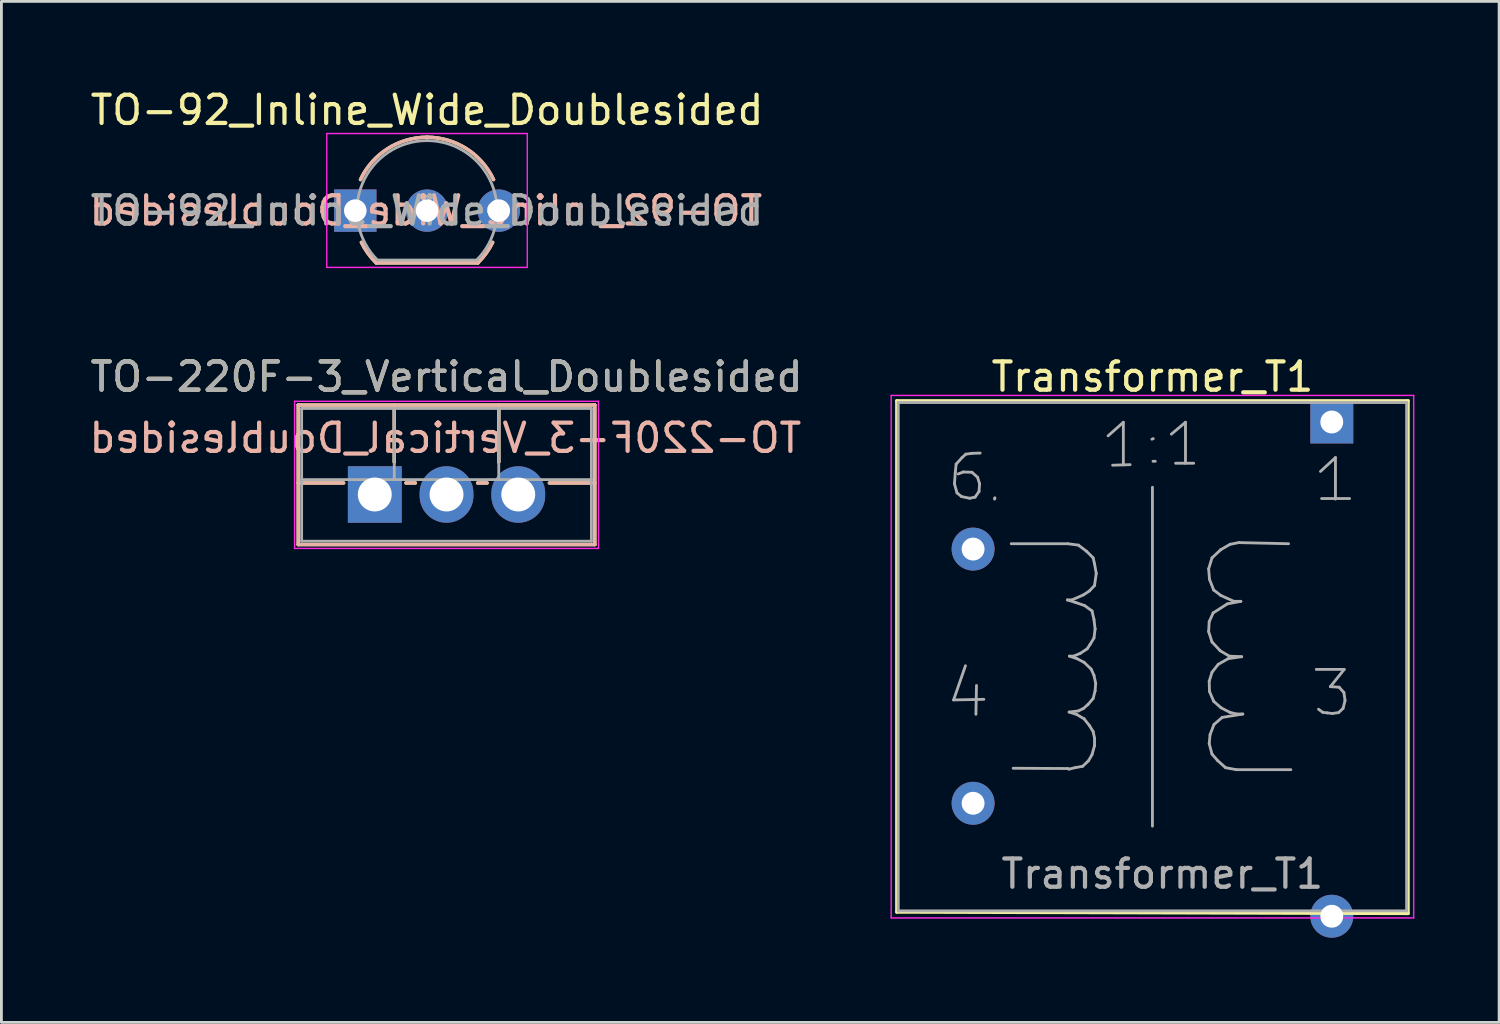
<source format=kicad_pcb>
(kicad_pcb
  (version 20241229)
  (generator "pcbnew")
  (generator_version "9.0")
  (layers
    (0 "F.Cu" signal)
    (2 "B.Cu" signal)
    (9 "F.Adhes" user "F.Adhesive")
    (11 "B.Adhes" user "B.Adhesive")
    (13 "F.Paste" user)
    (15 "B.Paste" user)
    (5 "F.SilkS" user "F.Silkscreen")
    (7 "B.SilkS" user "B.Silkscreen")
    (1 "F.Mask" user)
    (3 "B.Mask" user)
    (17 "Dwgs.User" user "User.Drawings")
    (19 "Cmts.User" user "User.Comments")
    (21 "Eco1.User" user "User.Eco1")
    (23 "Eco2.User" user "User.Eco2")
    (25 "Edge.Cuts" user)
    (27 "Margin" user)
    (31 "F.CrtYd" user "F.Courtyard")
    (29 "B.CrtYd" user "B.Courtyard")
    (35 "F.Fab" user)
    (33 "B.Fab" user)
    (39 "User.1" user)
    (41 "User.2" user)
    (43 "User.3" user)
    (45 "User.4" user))
  (footprint "Transformer_T1"
    (layer "F.Cu")
    (at 44.105 16.392)
    (property "Reference" "Transformer_T1" (at -6.35 -6.1 0) (layer "F.SilkS") (effects (font (size 1 1) (thickness 0.15))))
    (attr through_hole)
    (fp_line (start -15.4 -5.25) (end 2.7 -5.25) (stroke (width 0.12) (type solid)) (layer "F.SilkS"))
    (fp_line (start -15.4 12.85) (end -15.4 -5.25) (stroke (width 0.12) (type solid)) (layer "F.SilkS"))
    (fp_line (start 2.7 -5.25) (end 2.7 12.9) (stroke (width 0.12) (type solid)) (layer "F.SilkS"))
    (fp_line (start 2.7 12.9) (end -15.4 12.85) (stroke (width 0.12) (type solid)) (layer "F.SilkS"))
    (fp_line (start -15.6 -5.44) (end -15.6 13.06) (stroke (width 0.05) (type solid)) (layer "F.CrtYd"))
    (fp_line (start -15.6 -5.44) (end 2.9 -5.44) (stroke (width 0.05) (type solid)) (layer "F.CrtYd"))
    (fp_line (start 2.9 13.06) (end -15.6 13.06) (stroke (width 0.05) (type solid)) (layer "F.CrtYd"))
    (fp_line (start 2.9 13.06) (end 2.9 -5.44) (stroke (width 0.05) (type solid)) (layer "F.CrtYd"))
    (fp_line (start -15.35 -5.19) (end -15.35 12.81) (stroke (width 0.1) (type solid)) (layer "F.Fab"))
    (fp_line (start -15.35 12.81) (end 2.65 12.81) (stroke (width 0.1) (type solid)) (layer "F.Fab"))
    (fp_line (start -13.39 5.34) (end -12.32 5.32) (stroke (width 0.1) (type solid)) (layer "F.Fab"))
    (fp_line (start -13.36 -2.31) (end -13.27 -1.99) (stroke (width 0.1) (type solid)) (layer "F.Fab"))
    (fp_line (start -13.33 -2.72) (end -13.36 -2.31) (stroke (width 0.1) (type solid)) (layer "F.Fab"))
    (fp_line (start -13.3 -3.01) (end -13.33 -2.72) (stroke (width 0.1) (type solid)) (layer "F.Fab"))
    (fp_line (start -13.27 -1.99) (end -13.11 -1.86) (stroke (width 0.1) (type solid)) (layer "F.Fab"))
    (fp_line (start -13.11 -1.86) (end -12.82 -1.8) (stroke (width 0.1) (type solid)) (layer "F.Fab"))
    (fp_line (start -13.09 -3.24) (end -13.3 -3.01) (stroke (width 0.1) (type solid)) (layer "F.Fab"))
    (fp_line (start -13.05 -2.73) (end -13.23 -2.66) (stroke (width 0.1) (type solid)) (layer "F.Fab"))
    (fp_line (start -12.97 4.13) (end -13.39 5.34) (stroke (width 0.1) (type solid)) (layer "F.Fab"))
    (fp_line (start -12.96 -3.36) (end -13.09 -3.24) (stroke (width 0.1) (type solid)) (layer "F.Fab"))
    (fp_line (start -12.82 -1.8) (end -12.63 -1.84) (stroke (width 0.1) (type solid)) (layer "F.Fab"))
    (fp_line (start -12.75 -3.39) (end -12.96 -3.36) (stroke (width 0.1) (type solid)) (layer "F.Fab"))
    (fp_line (start -12.74 -2.72) (end -13.05 -2.73) (stroke (width 0.1) (type solid)) (layer "F.Fab"))
    (fp_line (start -12.63 -1.84) (end -12.49 -2.04) (stroke (width 0.1) (type solid)) (layer "F.Fab"))
    (fp_line (start -12.58 4.83) (end -12.6 5.85) (stroke (width 0.1) (type solid)) (layer "F.Fab"))
    (fp_line (start -12.54 -2.54) (end -12.74 -2.72) (stroke (width 0.1) (type solid)) (layer "F.Fab"))
    (fp_line (start -12.49 -2.04) (end -12.47 -2.31) (stroke (width 0.1) (type solid)) (layer "F.Fab"))
    (fp_line (start -12.47 -2.31) (end -12.54 -2.54) (stroke (width 0.1) (type solid)) (layer "F.Fab"))
    (fp_line (start -12.45 -3.4) (end -12.75 -3.39) (stroke (width 0.1) (type solid)) (layer "F.Fab"))
    (fp_line (start -11.94 -1.77) (end -11.93 -1.81) (stroke (width 0.1) (type solid)) (layer "F.Fab"))
    (fp_line (start -11.93 -1.81) (end -11.93 -1.8) (stroke (width 0.1) (type solid)) (layer "F.Fab"))
    (fp_line (start -11.35 -0.19) (end -9.35 -0.19) (stroke (width 0.1) (type solid)) (layer "F.Fab"))
    (fp_line (start -9.36 1.8) (end -9.07 1.89) (stroke (width 0.1) (type solid)) (layer "F.Fab"))
    (fp_line (start -9.36 7.77) (end -11.28 7.76) (stroke (width 0.1) (type solid)) (layer "F.Fab"))
    (fp_line (start -9.35 -0.19) (end -8.97 -0.14) (stroke (width 0.1) (type solid)) (layer "F.Fab"))
    (fp_line (start -9.3 5.77) (end -9.04 5.85) (stroke (width 0.1) (type solid)) (layer "F.Fab"))
    (fp_line (start -9.3 7.79) (end -9.36 7.77) (stroke (width 0.1) (type solid)) (layer "F.Fab"))
    (fp_line (start -9.29 3.79) (end -9.02 3.88) (stroke (width 0.1) (type solid)) (layer "F.Fab"))
    (fp_line (start -9.2 1.8) (end -9.36 1.8) (stroke (width 0.1) (type solid)) (layer "F.Fab"))
    (fp_line (start -9.14 3.79) (end -9.29 3.79) (stroke (width 0.1) (type solid)) (layer "F.Fab"))
    (fp_line (start -9.09 7.74) (end -9.3 7.79) (stroke (width 0.1) (type solid)) (layer "F.Fab"))
    (fp_line (start -9.07 1.89) (end -8.75 2) (stroke (width 0.1) (type solid)) (layer "F.Fab"))
    (fp_line (start -9.04 5.85) (end -8.77 6.01) (stroke (width 0.1) (type solid)) (layer "F.Fab"))
    (fp_line (start -9.02 3.88) (end -8.77 4.01) (stroke (width 0.1) (type solid)) (layer "F.Fab"))
    (fp_line (start -8.97 -0.14) (end -8.68 0.08) (stroke (width 0.1) (type solid)) (layer "F.Fab"))
    (fp_line (start -8.97 5.73) (end -9.3 5.77) (stroke (width 0.1) (type solid)) (layer "F.Fab"))
    (fp_line (start -8.9 3.69) (end -9.14 3.79) (stroke (width 0.1) (type solid)) (layer "F.Fab"))
    (fp_line (start -8.82 7.69) (end -9.09 7.74) (stroke (width 0.1) (type solid)) (layer "F.Fab"))
    (fp_line (start -8.79 1.62) (end -9.2 1.8) (stroke (width 0.1) (type solid)) (layer "F.Fab"))
    (fp_line (start -8.79 5.64) (end -8.97 5.73) (stroke (width 0.1) (type solid)) (layer "F.Fab"))
    (fp_line (start -8.77 4.01) (end -8.52 4.25) (stroke (width 0.1) (type solid)) (layer "F.Fab"))
    (fp_line (start -8.77 6.01) (end -8.58 6.25) (stroke (width 0.1) (type solid)) (layer "F.Fab"))
    (fp_line (start -8.75 2) (end -8.49 2.19) (stroke (width 0.1) (type solid)) (layer "F.Fab"))
    (fp_line (start -8.68 0.08) (end -8.45 0.31) (stroke (width 0.1) (type solid)) (layer "F.Fab"))
    (fp_line (start -8.66 3.53) (end -8.9 3.69) (stroke (width 0.1) (type solid)) (layer "F.Fab"))
    (fp_line (start -8.63 5.5) (end -8.79 5.64) (stroke (width 0.1) (type solid)) (layer "F.Fab"))
    (fp_line (start -8.61 7.49) (end -8.82 7.69) (stroke (width 0.1) (type solid)) (layer "F.Fab"))
    (fp_line (start -8.58 1.48) (end -8.79 1.62) (stroke (width 0.1) (type solid)) (layer "F.Fab"))
    (fp_line (start -8.58 6.25) (end -8.45 6.46) (stroke (width 0.1) (type solid)) (layer "F.Fab"))
    (fp_line (start -8.56 3.38) (end -8.66 3.53) (stroke (width 0.1) (type solid)) (layer "F.Fab"))
    (fp_line (start -8.52 4.25) (end -8.42 4.47) (stroke (width 0.1) (type solid)) (layer "F.Fab"))
    (fp_line (start -8.49 2.19) (end -8.42 2.49) (stroke (width 0.1) (type solid)) (layer "F.Fab"))
    (fp_line (start -8.49 7.28) (end -8.61 7.49) (stroke (width 0.1) (type solid)) (layer "F.Fab"))
    (fp_line (start -8.45 0.31) (end -8.4 0.52) (stroke (width 0.1) (type solid)) (layer "F.Fab"))
    (fp_line (start -8.45 5.29) (end -8.63 5.5) (stroke (width 0.1) (type solid)) (layer "F.Fab"))
    (fp_line (start -8.45 6.46) (end -8.4 6.69) (stroke (width 0.1) (type solid)) (layer "F.Fab"))
    (fp_line (start -8.42 2.49) (end -8.38 2.83) (stroke (width 0.1) (type solid)) (layer "F.Fab"))
    (fp_line (start -8.42 3.15) (end -8.56 3.38) (stroke (width 0.1) (type solid)) (layer "F.Fab"))
    (fp_line (start -8.42 4.47) (end -8.36 4.75) (stroke (width 0.1) (type solid)) (layer "F.Fab"))
    (fp_line (start -8.4 0.52) (end -8.34 0.86) (stroke (width 0.1) (type solid)) (layer "F.Fab"))
    (fp_line (start -8.4 1.29) (end -8.58 1.48) (stroke (width 0.1) (type solid)) (layer "F.Fab"))
    (fp_line (start -8.4 6.69) (end -8.4 6.96) (stroke (width 0.1) (type solid)) (layer "F.Fab"))
    (fp_line (start -8.4 6.96) (end -8.49 7.28) (stroke (width 0.1) (type solid)) (layer "F.Fab"))
    (fp_line (start -8.38 2.83) (end -8.42 3.15) (stroke (width 0.1) (type solid)) (layer "F.Fab"))
    (fp_line (start -8.38 5.02) (end -8.45 5.29) (stroke (width 0.1) (type solid)) (layer "F.Fab"))
    (fp_line (start -8.36 4.75) (end -8.38 5.02) (stroke (width 0.1) (type solid)) (layer "F.Fab"))
    (fp_line (start -8.34 0.86) (end -8.4 1.29) (stroke (width 0.1) (type solid)) (layer "F.Fab"))
    (fp_line (start -7.92 -4.01) (end -7.38 -4.49) (stroke (width 0.1) (type solid)) (layer "F.Fab"))
    (fp_line (start -7.76 -2.97) (end -7.14 -2.99) (stroke (width 0.1) (type solid)) (layer "F.Fab"))
    (fp_line (start -7.38 -4.49) (end -7.38 -2.98) (stroke (width 0.1) (type solid)) (layer "F.Fab"))
    (fp_line (start -6.35 -2.19) (end -6.35 9.81) (stroke (width 0.1) (type solid)) (layer "F.Fab"))
    (fp_line (start -6.32 -3.91) (end -6.37 -3.89) (stroke (width 0.1) (type solid)) (layer "F.Fab"))
    (fp_line (start -6.25 -3.11) (end -6.33 -3.11) (stroke (width 0.1) (type solid)) (layer "F.Fab"))
    (fp_line (start -5.68 -4.07) (end -5.18 -4.49) (stroke (width 0.1) (type solid)) (layer "F.Fab"))
    (fp_line (start -5.53 -3.04) (end -4.89 -3.04) (stroke (width 0.1) (type solid)) (layer "F.Fab"))
    (fp_line (start -5.18 -4.49) (end -5.18 -3.04) (stroke (width 0.1) (type solid)) (layer "F.Fab"))
    (fp_line (start -4.36 0.7) (end -4.33 1.07) (stroke (width 0.1) (type solid)) (layer "F.Fab"))
    (fp_line (start -4.36 2.92) (end -4.24 3.29) (stroke (width 0.1) (type solid)) (layer "F.Fab"))
    (fp_line (start -4.34 2.57) (end -4.36 2.92) (stroke (width 0.1) (type solid)) (layer "F.Fab"))
    (fp_line (start -4.34 4.68) (end -4.33 5.04) (stroke (width 0.1) (type solid)) (layer "F.Fab"))
    (fp_line (start -4.34 6.89) (end -4.24 7.26) (stroke (width 0.1) (type solid)) (layer "F.Fab"))
    (fp_line (start -4.33 1.07) (end -4.18 1.45) (stroke (width 0.1) (type solid)) (layer "F.Fab"))
    (fp_line (start -4.33 5.04) (end -4.18 5.39) (stroke (width 0.1) (type solid)) (layer "F.Fab"))
    (fp_line (start -4.31 6.57) (end -4.34 6.89) (stroke (width 0.1) (type solid)) (layer "F.Fab"))
    (fp_line (start -4.24 0.31) (end -4.36 0.7) (stroke (width 0.1) (type solid)) (layer "F.Fab"))
    (fp_line (start -4.24 3.29) (end -3.95 3.6) (stroke (width 0.1) (type solid)) (layer "F.Fab"))
    (fp_line (start -4.24 4.36) (end -4.34 4.68) (stroke (width 0.1) (type solid)) (layer "F.Fab"))
    (fp_line (start -4.24 7.26) (end -4.04 7.49) (stroke (width 0.1) (type solid)) (layer "F.Fab"))
    (fp_line (start -4.2 2.26) (end -4.34 2.57) (stroke (width 0.1) (type solid)) (layer "F.Fab"))
    (fp_line (start -4.18 1.45) (end -3.93 1.64) (stroke (width 0.1) (type solid)) (layer "F.Fab"))
    (fp_line (start -4.18 5.39) (end -3.92 5.62) (stroke (width 0.1) (type solid)) (layer "F.Fab"))
    (fp_line (start -4.17 6.21) (end -4.31 6.57) (stroke (width 0.1) (type solid)) (layer "F.Fab"))
    (fp_line (start -4.04 7.49) (end -3.76 7.74) (stroke (width 0.1) (type solid)) (layer "F.Fab"))
    (fp_line (start -4.02 4.08) (end -4.24 4.36) (stroke (width 0.1) (type solid)) (layer "F.Fab"))
    (fp_line (start -3.95 3.6) (end -3.63 3.79) (stroke (width 0.1) (type solid)) (layer "F.Fab"))
    (fp_line (start -3.93 0.02) (end -4.24 0.31) (stroke (width 0.1) (type solid)) (layer "F.Fab"))
    (fp_line (start -3.93 1.64) (end -3.47 1.85) (stroke (width 0.1) (type solid)) (layer "F.Fab"))
    (fp_line (start -3.92 5.62) (end -3.61 5.78) (stroke (width 0.1) (type solid)) (layer "F.Fab"))
    (fp_line (start -3.88 5.96) (end -4.17 6.21) (stroke (width 0.1) (type solid)) (layer "F.Fab"))
    (fp_line (start -3.76 7.74) (end -3.38 7.81) (stroke (width 0.1) (type solid)) (layer "F.Fab"))
    (fp_line (start -3.7 1.94) (end -4.2 2.26) (stroke (width 0.1) (type solid)) (layer "F.Fab"))
    (fp_line (start -3.67 3.88) (end -4.02 4.08) (stroke (width 0.1) (type solid)) (layer "F.Fab"))
    (fp_line (start -3.63 3.79) (end -3.19 3.81) (stroke (width 0.1) (type solid)) (layer "F.Fab"))
    (fp_line (start -3.61 5.78) (end -3.37 5.84) (stroke (width 0.1) (type solid)) (layer "F.Fab"))
    (fp_line (start -3.6 -0.17) (end -3.93 0.02) (stroke (width 0.1) (type solid)) (layer "F.Fab"))
    (fp_line (start -3.47 1.85) (end -3.22 1.85) (stroke (width 0.1) (type solid)) (layer "F.Fab"))
    (fp_line (start -3.38 7.81) (end -1.45 7.81) (stroke (width 0.1) (type solid)) (layer "F.Fab"))
    (fp_line (start -3.37 5.84) (end -3.15 5.84) (stroke (width 0.1) (type solid)) (layer "F.Fab"))
    (fp_line (start -3.29 -0.23) (end -3.6 -0.17) (stroke (width 0.1) (type solid)) (layer "F.Fab"))
    (fp_line (start -3.22 1.85) (end -3.7 1.94) (stroke (width 0.1) (type solid)) (layer "F.Fab"))
    (fp_line (start -3.19 3.81) (end -3.67 3.88) (stroke (width 0.1) (type solid)) (layer "F.Fab"))
    (fp_line (start -3.15 5.84) (end -3.88 5.96) (stroke (width 0.1) (type solid)) (layer "F.Fab"))
    (fp_line (start -1.53 -0.19) (end -3.29 -0.23) (stroke (width 0.1) (type solid)) (layer "F.Fab"))
    (fp_line (start -0.55 4.26) (end 0.44 4.26) (stroke (width 0.1) (type solid)) (layer "F.Fab"))
    (fp_line (start -0.4 -2.75) (end 0.13 -3.24) (stroke (width 0.1) (type solid)) (layer "F.Fab"))
    (fp_line (start -0.36 -1.79) (end 0.63 -1.79) (stroke (width 0.1) (type solid)) (layer "F.Fab"))
    (fp_line (start -0.32 5.78) (end -0.47 5.67) (stroke (width 0.1) (type solid)) (layer "F.Fab"))
    (fp_line (start -0.16 5.8) (end -0.32 5.78) (stroke (width 0.1) (type solid)) (layer "F.Fab"))
    (fp_line (start -0.05 4.87) (end 0.26 4.89) (stroke (width 0.1) (type solid)) (layer "F.Fab"))
    (fp_line (start 0.02 5.82) (end -0.16 5.8) (stroke (width 0.1) (type solid)) (layer "F.Fab"))
    (fp_line (start 0.13 -3.24) (end 0.13 -1.77) (stroke (width 0.1) (type solid)) (layer "F.Fab"))
    (fp_line (start 0.24 5.79) (end 0.02 5.82) (stroke (width 0.1) (type solid)) (layer "F.Fab"))
    (fp_line (start 0.26 4.89) (end 0.43 5.08) (stroke (width 0.1) (type solid)) (layer "F.Fab"))
    (fp_line (start 0.4 5.64) (end 0.24 5.79) (stroke (width 0.1) (type solid)) (layer "F.Fab"))
    (fp_line (start 0.43 5.08) (end 0.47 5.36) (stroke (width 0.1) (type solid)) (layer "F.Fab"))
    (fp_line (start 0.44 4.26) (end -0.05 4.87) (stroke (width 0.1) (type solid)) (layer "F.Fab"))
    (fp_line (start 0.47 5.36) (end 0.4 5.64) (stroke (width 0.1) (type solid)) (layer "F.Fab"))
    (fp_line (start 2.65 -5.19) (end -15.35 -5.19) (stroke (width 0.1) (type solid)) (layer "F.Fab"))
    (fp_line (start 2.65 12.81) (end 2.65 -5.19) (stroke (width 0.1) (type solid)) (layer "F.Fab"))
    (fp_text user "${REFERENCE}" (at -6 11.5 0) (layer "F.Fab") (effects (font (size 1 1) (thickness 0.15))))
    (pad "1" thru_hole rect (at 0 -4.5) (size 1.52 1.52) (drill 0.81) (layers "*.Cu" "*.Mask"))
    (pad "3" thru_hole circle (at 0 13) (size 1.52 1.52) (drill 0.81) (layers "*.Cu" "*.Mask"))
    (pad "4" thru_hole circle (at -12.7 9) (size 1.52 1.52) (drill 0.81) (layers "*.Cu" "*.Mask"))
    (pad "6" thru_hole circle (at -12.7 0) (size 1.52 1.52) (drill 0.81) (layers "*.Cu" "*.Mask")))
  (footprint "TO-92_Inline_Wide_Doublesided"
    (layer "F.Cu")
    (at 9.53 4.408)
    (property "Reference" "TO-92_Inline_Wide_Doublesided" (at 2.54 -3.56 0) (layer "F.SilkS") (effects (font (size 1 1) (thickness 0.15))))
    (attr through_hole)
    (fp_line (start 0.74 1.85) (end 4.34 1.85) (stroke (width 0.12) (type solid)) (layer "F.SilkS"))
    (fp_arc (start 0.1836 -1.098807) (mid 1.143021 -2.192817) (end 2.54 -2.6) (stroke (width 0.12) (type solid)) (layer "F.SilkS"))
    (fp_arc (start 0.74 1.85) (mid 0.446097 1.509328) (end 0.215816 1.122795) (stroke (width 0.12) (type solid)) (layer "F.SilkS"))
    (fp_arc (start 2.54 -2.6) (mid 3.936979 -2.192818) (end 4.8964 -1.098807) (stroke (width 0.12) (type solid)) (layer "F.SilkS"))
    (fp_arc (start 4.864184 1.122795) (mid 4.633903 1.509328) (end 4.34 1.85) (stroke (width 0.12) (type solid)) (layer "F.SilkS"))
    (fp_line (start 4.34 1.85) (end 0.74 1.85) (stroke (width 0.12) (type solid)) (layer "B.SilkS"))
    (fp_arc (start 0.1836 -1.098808) (mid 1.143021 -2.192818) (end 2.54 -2.600001) (stroke (width 0.12) (type solid)) (layer "B.SilkS"))
    (fp_arc (start 0.74 1.849999) (mid 0.446097 1.509327) (end 0.215816 1.122794) (stroke (width 0.12) (type solid)) (layer "B.SilkS"))
    (fp_arc (start 2.54 -2.600001) (mid 3.936979 -2.192819) (end 4.8964 -1.098808) (stroke (width 0.12) (type solid)) (layer "B.SilkS"))
    (fp_arc (start 4.864184 1.122794) (mid 4.633903 1.509327) (end 4.34 1.849999) (stroke (width 0.12) (type solid)) (layer "B.SilkS"))
    (fp_line (start -1.01 -2.73) (end -1.01 2.01) (stroke (width 0.05) (type solid)) (layer "F.CrtYd"))
    (fp_line (start -1.01 -2.73) (end 6.09 -2.73) (stroke (width 0.05) (type solid)) (layer "F.CrtYd"))
    (fp_line (start 6.09 2.01) (end -1.01 2.01) (stroke (width 0.05) (type solid)) (layer "F.CrtYd"))
    (fp_line (start 6.09 2.01) (end 6.09 -2.73) (stroke (width 0.05) (type solid)) (layer "F.CrtYd"))
    (fp_line (start 0.8 1.75) (end 4.3 1.75) (stroke (width 0.1) (type solid)) (layer "F.Fab"))
    (fp_arc (start 0.786375 1.753625) (mid 0.248779 -0.949055) (end 2.54 -2.48) (stroke (width 0.1) (type solid)) (layer "F.Fab"))
    (fp_arc (start 2.54 -2.48) (mid 4.831221 -0.949055) (end 4.293625 1.753625) (stroke (width 0.1) (type solid)) (layer "F.Fab"))
    (fp_text user "${REFERENCE}" (at 2.5 0 0) (unlocked yes) (layer "B.SilkS") (effects (font (size 1 1) (thickness 0.15)) (justify mirror)))
    (fp_text user "${REFERENCE}" (at 2.54 0 0) (layer "F.Fab") (effects (font (size 1 1) (thickness 0.15))))
    (pad "1" thru_hole rect (at 0 0) (size 1.5 1.5) (drill 0.8) (layers "*.Cu" "*.Mask"))
    (pad "2" thru_hole circle (at 2.54 0) (size 1.5 1.5) (drill 0.8) (layers "*.Cu" "*.Mask"))
    (pad "3" thru_hole circle (at 5.08 0) (size 1.5 1.5) (drill 0.8) (layers "*.Cu" "*.Mask")))
  (footprint "TO-220F-3_Vertical_Doublesided"
    (layer "F.Cu")
    (at 10.22 14.459)
    (property "Reference" "TO-220F-3_Vertical_Doublesided" (at 2.54 -4.168 0) (layer "F.SilkS") (effects (font (size 1 1) (thickness 0.15))))
    (attr through_hole)
    (fp_line (start -2.71 -3.168) (end -2.71 1.773) (stroke (width 0.12) (type solid)) (layer "F.SilkS"))
    (fp_line (start -2.71 -3.168) (end 7.79 -3.168) (stroke (width 0.12) (type solid)) (layer "F.SilkS"))
    (fp_line (start -2.71 -0.408) (end -1.103 -0.408) (stroke (width 0.12) (type solid)) (layer "F.SilkS"))
    (fp_line (start -2.71 1.773) (end 7.79 1.773) (stroke (width 0.12) (type solid)) (layer "F.SilkS"))
    (fp_line (start 0.69 -3.168) (end 0.69 -1.15) (stroke (width 0.12) (type solid)) (layer "F.SilkS"))
    (fp_line (start 1.103 -0.408) (end 1.438 -0.408) (stroke (width 0.12) (type solid)) (layer "F.SilkS"))
    (fp_line (start 3.643 -0.408) (end 3.978 -0.408) (stroke (width 0.12) (type solid)) (layer "F.SilkS"))
    (fp_line (start 4.391 -3.168) (end 4.391 -1.15) (stroke (width 0.12) (type solid)) (layer "F.SilkS"))
    (fp_line (start 6.183 -0.408) (end 7.79 -0.408) (stroke (width 0.12) (type solid)) (layer "F.SilkS"))
    (fp_line (start 7.79 -3.168) (end 7.79 1.773) (stroke (width 0.12) (type solid)) (layer "F.SilkS"))
    (fp_line (start -2.71 -3.168) (end -2.71 1.773) (stroke (width 0.12) (type solid)) (layer "B.SilkS"))
    (fp_line (start -1.103 -0.408) (end -2.71 -0.408) (stroke (width 0.12) (type solid)) (layer "B.SilkS"))
    (fp_line (start 0.689 -3.168) (end 0.689 -1.15) (stroke (width 0.12) (type solid)) (layer "B.SilkS"))
    (fp_line (start 1.437 -0.408) (end 1.102 -0.408) (stroke (width 0.12) (type solid)) (layer "B.SilkS"))
    (fp_line (start 3.977 -0.408) (end 3.642 -0.408) (stroke (width 0.12) (type solid)) (layer "B.SilkS"))
    (fp_line (start 4.39 -3.168) (end 4.39 -1.15) (stroke (width 0.12) (type solid)) (layer "B.SilkS"))
    (fp_line (start 7.79 -3.168) (end -2.71 -3.168) (stroke (width 0.12) (type solid)) (layer "B.SilkS"))
    (fp_line (start 7.79 -3.168) (end 7.79 1.773) (stroke (width 0.12) (type solid)) (layer "B.SilkS"))
    (fp_line (start 7.79 -0.408) (end 6.183 -0.408) (stroke (width 0.12) (type solid)) (layer "B.SilkS"))
    (fp_line (start 7.79 1.773) (end -2.71 1.773) (stroke (width 0.12) (type solid)) (layer "B.SilkS"))
    (fp_line (start -2.84 -3.3) (end -2.84 1.91) (stroke (width 0.05) (type solid)) (layer "F.CrtYd"))
    (fp_line (start -2.84 1.91) (end 7.92 1.91) (stroke (width 0.05) (type solid)) (layer "F.CrtYd"))
    (fp_line (start 7.92 -3.3) (end -2.84 -3.3) (stroke (width 0.05) (type solid)) (layer "F.CrtYd"))
    (fp_line (start 7.92 1.91) (end 7.92 -3.3) (stroke (width 0.05) (type solid)) (layer "F.CrtYd"))
    (fp_line (start -2.59 -3.047) (end -2.59 1.653) (stroke (width 0.1) (type solid)) (layer "F.Fab"))
    (fp_line (start -2.59 -0.527) (end 7.67 -0.527) (stroke (width 0.1) (type solid)) (layer "F.Fab"))
    (fp_line (start -2.59 1.653) (end 7.67 1.653) (stroke (width 0.1) (type solid)) (layer "F.Fab"))
    (fp_line (start 0.69 -3.047) (end 0.69 -0.527) (stroke (width 0.1) (type solid)) (layer "F.Fab"))
    (fp_line (start 4.39 -3.047) (end 4.39 -0.527) (stroke (width 0.1) (type solid)) (layer "F.Fab"))
    (fp_line (start 7.67 -3.047) (end -2.59 -3.047) (stroke (width 0.1) (type solid)) (layer "F.Fab"))
    (fp_line (start 7.67 1.653) (end 7.67 -3.047) (stroke (width 0.1) (type solid)) (layer "F.Fab"))
    (fp_text user "${REFERENCE}" (at 2.5 -2 0) (unlocked yes) (layer "B.SilkS") (effects (font (size 1 1) (thickness 0.15)) (justify mirror)))
    (fp_text user "${REFERENCE}" (at 2.54 -4.168 0) (layer "F.Fab") (effects (font (size 1 1) (thickness 0.15))))
    (pad "1" thru_hole rect (at 0 0) (size 1.905 2) (drill 1.2) (layers "*.Cu" "*.Mask"))
    (pad "2" thru_hole oval (at 2.54 0) (size 1.905 2) (drill 1.2) (layers "*.Cu" "*.Mask"))
    (pad "3" thru_hole oval (at 5.08 0) (size 1.905 2) (drill 1.2) (layers "*.Cu" "*.Mask")))
  (gr_rect
    (start -3 -3)
    (end 50.03 33.151)
    (stroke (width 0.1) (type default))
    (fill no)
    (layer "Edge.Cuts")))
</source>
